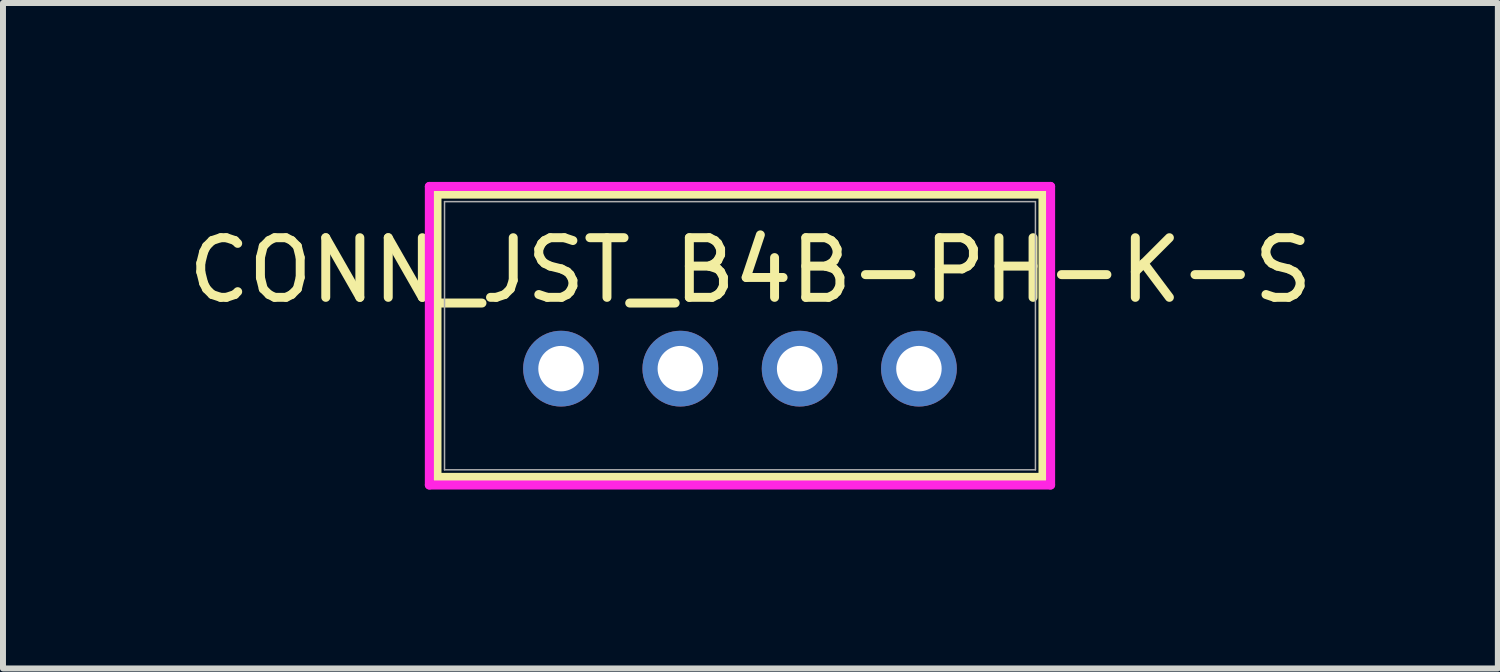
<source format=kicad_pcb>
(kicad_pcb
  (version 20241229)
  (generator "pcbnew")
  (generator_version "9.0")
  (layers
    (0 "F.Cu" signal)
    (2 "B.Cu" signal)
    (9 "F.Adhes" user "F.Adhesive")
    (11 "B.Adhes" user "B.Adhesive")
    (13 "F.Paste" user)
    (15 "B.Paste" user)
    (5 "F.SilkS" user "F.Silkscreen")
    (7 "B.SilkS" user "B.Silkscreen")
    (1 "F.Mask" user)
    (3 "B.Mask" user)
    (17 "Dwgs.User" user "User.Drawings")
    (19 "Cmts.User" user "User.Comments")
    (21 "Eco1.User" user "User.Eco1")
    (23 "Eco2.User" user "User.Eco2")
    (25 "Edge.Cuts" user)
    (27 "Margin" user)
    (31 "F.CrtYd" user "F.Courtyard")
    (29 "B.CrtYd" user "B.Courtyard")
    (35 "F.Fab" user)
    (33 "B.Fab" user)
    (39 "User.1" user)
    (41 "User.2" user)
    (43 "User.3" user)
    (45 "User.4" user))
  (footprint "CONN_JST_B4B-PH-K-S"
    (layer "F.Cu")
    (at 12.355 3.13)
    (property "Reference" "CONN_JST_B4B-PH-K-S" (at -2.825 -1.65 0) (unlocked yes) (layer "F.SilkS") (effects (font (size 1 1) (thickness 0.15))))
    (attr through_hole)
    (fp_line (start -8.08 -2.927) (end -8.08 1.823) (stroke (width 0.152) (type solid)) (layer "F.SilkS"))
    (fp_line (start -8.08 1.823) (end 2.08 1.823) (stroke (width 0.152) (type solid)) (layer "F.SilkS"))
    (fp_line (start 2.08 -2.927) (end -8.08 -2.927) (stroke (width 0.152) (type solid)) (layer "F.SilkS"))
    (fp_line (start 2.08 1.823) (end 2.08 -2.927) (stroke (width 0.152) (type solid)) (layer "F.SilkS"))
    (fp_line (start -8.207 -3.054) (end -8.207 1.95) (stroke (width 0.152) (type solid)) (layer "F.CrtYd"))
    (fp_line (start -8.207 1.95) (end 2.207 1.95) (stroke (width 0.152) (type solid)) (layer "F.CrtYd"))
    (fp_line (start 2.207 -3.054) (end -8.207 -3.054) (stroke (width 0.152) (type solid)) (layer "F.CrtYd"))
    (fp_line (start 2.207 1.95) (end 2.207 -3.054) (stroke (width 0.152) (type solid)) (layer "F.CrtYd"))
    (fp_line (start -7.953 -2.8) (end -7.953 1.696) (stroke (width 0.025) (type solid)) (layer "F.Fab"))
    (fp_line (start -7.953 1.696) (end 1.953 1.696) (stroke (width 0.025) (type solid)) (layer "F.Fab"))
    (fp_line (start 1.953 -2.8) (end -7.953 -2.8) (stroke (width 0.025) (type solid)) (layer "F.Fab"))
    (fp_line (start 1.953 1.696) (end 1.953 -2.8) (stroke (width 0.025) (type solid)) (layer "F.Fab"))
    (pad "1" thru_hole circle (at 0 0) (size 1.27 1.27) (drill 0.762) (layers "*.Cu" "*.Mask"))
    (pad "2" thru_hole circle (at -2 0) (size 1.27 1.27) (drill 0.762) (layers "*.Cu" "*.Mask"))
    (pad "3" thru_hole circle (at -4 0) (size 1.27 1.27) (drill 0.762) (layers "*.Cu" "*.Mask"))
    (pad "4" thru_hole circle (at -6 0) (size 1.27 1.27) (drill 0.762) (layers "*.Cu" "*.Mask")))
  (gr_rect
    (start -3 -3)
    (end 22.06 8.156)
    (stroke (width 0.1) (type default))
    (fill no)
    (layer "Edge.Cuts")))
</source>
